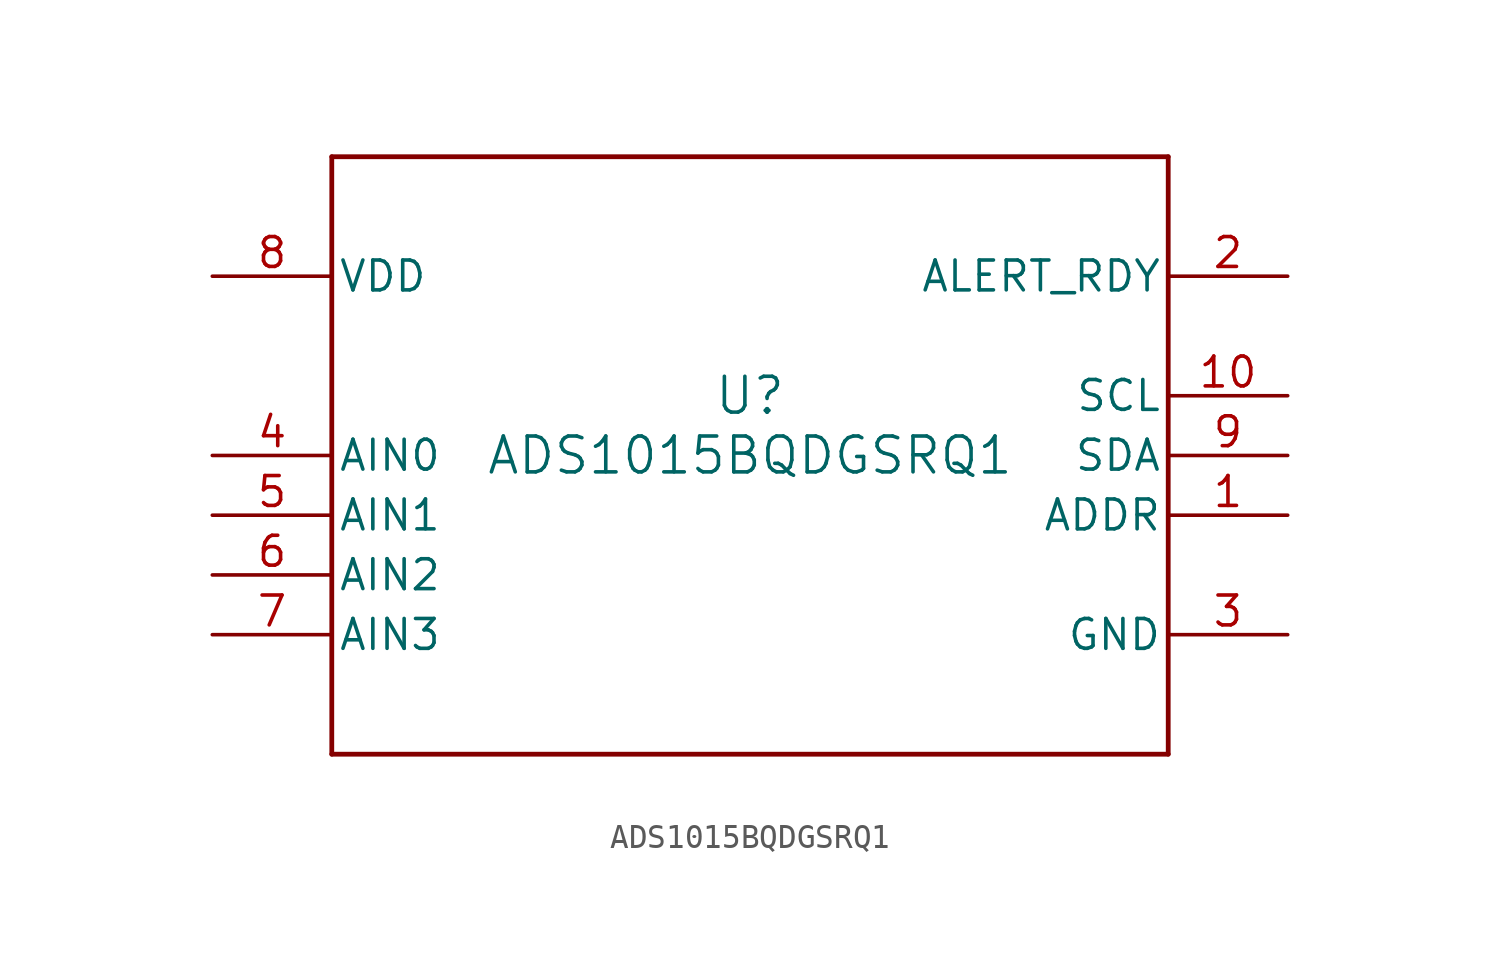
<source format=kicad_sym>
(kicad_symbol_lib
  (version 20211014)
  (generator kicad_symbol_editor)
  (symbol "ADS1015BQDGSRQ1"
    (pin_names
      (offset 0.254))
    (property "Reference" "U"
      (at 0 2.54 0)
      (effects (font (size 1.524 1.524))))
    (property "Value" "ADS1015BQDGSRQ1"
      (at 0 0 0)
      (effects (font (size 1.524 1.524))))
    (symbol "ADS1015BQDGSRQ1_0_1"
      (polyline (pts (xy -17.78 -12.7) (xy 17.78 -12.7)) (stroke (width 0.203) (type default) (color 0 0 0 0)) (fill (type none)))
      (polyline (pts (xy 17.78 -12.7) (xy 17.78 12.7)) (stroke (width 0.203) (type default) (color 0 0 0 0)) (fill (type none)))
      (polyline (pts (xy 17.78 12.7) (xy -17.78 12.7)) (stroke (width 0.203) (type default) (color 0 0 0 0)) (fill (type none)))
      (polyline (pts (xy -17.78 12.7) (xy -17.78 -12.7)) (stroke (width 0.203) (type default) (color 0 0 0 0)) (fill (type none)))
      (pin input line (at 22.86 -2.54 180) (length 5.08) (name "ADDR" (effects (font (size 1.27 1.27)))) (number "1" (effects (font (size 1.27 1.27)))))
      (pin output line (at 22.86 7.62 180) (length 5.08) (name "ALERT_RDY" (effects (font (size 1.27 1.27)))) (number "2" (effects (font (size 1.27 1.27)))))
      (pin power_in line (at 22.86 -7.62 180) (length 5.08) (name "GND" (effects (font (size 1.27 1.27)))) (number "3" (effects (font (size 1.27 1.27)))))
      (pin input line (at -22.86 0 0) (length 5.08) (name "AIN0" (effects (font (size 1.27 1.27)))) (number "4" (effects (font (size 1.27 1.27)))))
      (pin input line (at -22.86 -2.54 0) (length 5.08) (name "AIN1" (effects (font (size 1.27 1.27)))) (number "5" (effects (font (size 1.27 1.27)))))
      (pin input line (at -22.86 -5.08 0) (length 5.08) (name "AIN2" (effects (font (size 1.27 1.27)))) (number "6" (effects (font (size 1.27 1.27)))))
      (pin input line (at -22.86 -7.62 0) (length 5.08) (name "AIN3" (effects (font (size 1.27 1.27)))) (number "7" (effects (font (size 1.27 1.27)))))
      (pin power_in line (at -22.86 7.62 0) (length 5.08) (name "VDD" (effects (font (size 1.27 1.27)))) (number "8" (effects (font (size 1.27 1.27)))))
      (pin bidirectional line (at 22.86 0 180) (length 5.08) (name "SDA" (effects (font (size 1.27 1.27)))) (number "9" (effects (font (size 1.27 1.27)))))
      (pin input line (at 22.86 2.54 180) (length 5.08) (name "SCL" (effects (font (size 1.27 1.27)))) (number "10" (effects (font (size 1.27 1.27))))))))
</source>
